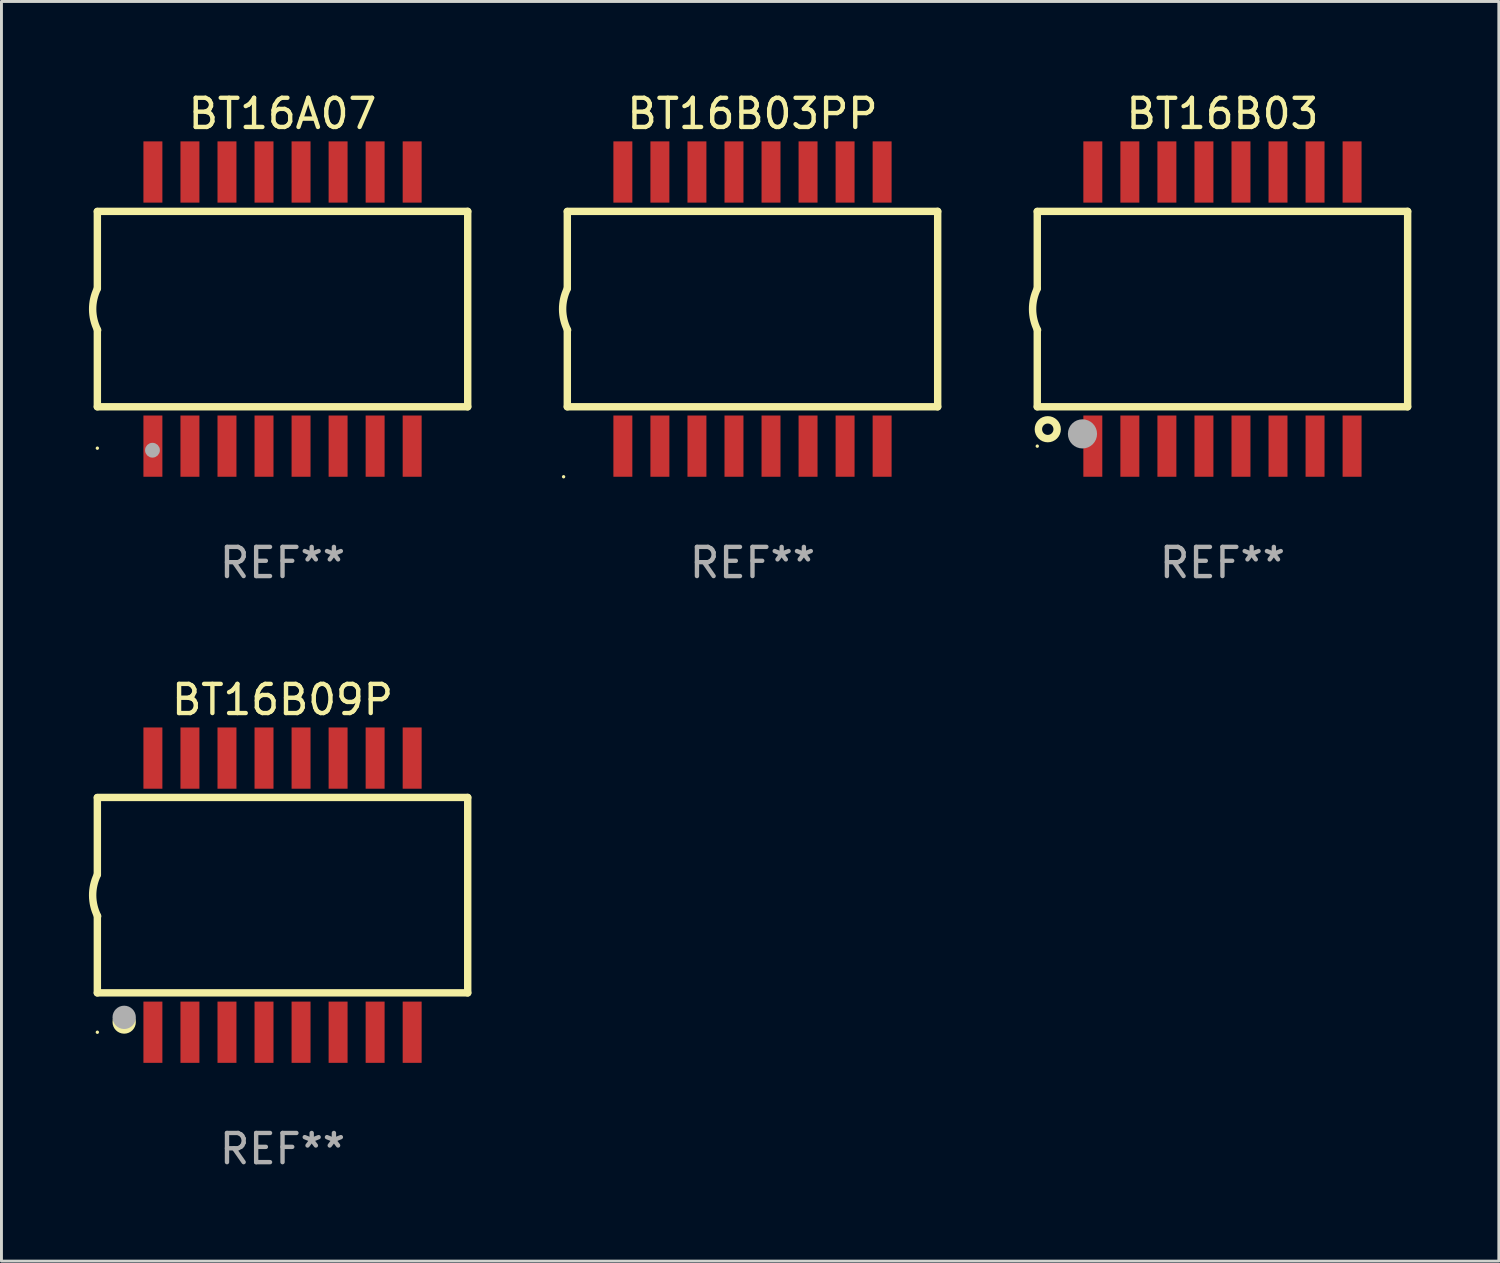
<source format=kicad_pcb>
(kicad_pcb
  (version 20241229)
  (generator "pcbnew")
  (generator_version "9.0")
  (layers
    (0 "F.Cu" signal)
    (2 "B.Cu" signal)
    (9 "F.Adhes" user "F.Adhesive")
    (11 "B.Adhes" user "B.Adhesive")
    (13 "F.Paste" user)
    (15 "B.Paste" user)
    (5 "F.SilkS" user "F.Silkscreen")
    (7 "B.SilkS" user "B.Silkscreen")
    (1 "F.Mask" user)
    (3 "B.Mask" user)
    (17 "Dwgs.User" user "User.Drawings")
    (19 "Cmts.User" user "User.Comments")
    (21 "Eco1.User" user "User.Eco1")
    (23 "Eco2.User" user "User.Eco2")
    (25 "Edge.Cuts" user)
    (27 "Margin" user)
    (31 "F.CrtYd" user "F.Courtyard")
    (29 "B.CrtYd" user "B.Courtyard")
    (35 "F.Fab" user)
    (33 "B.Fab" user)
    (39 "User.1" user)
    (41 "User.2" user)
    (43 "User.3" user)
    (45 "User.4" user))
  (footprint "BT16B09P"
    (layer "F.Cu")
    (at 6.638 27.645)
    (property "Reference" "BT16B09P" (at 0 -6.7 0) (layer "F.SilkS") (effects (font (size 1 1) (thickness 0.15))))
    (attr through_hole)
    (fp_line (start -6.35 -0.715) (end -6.35 -3.345) (stroke (width 0.254) (type solid)) (layer "F.SilkS"))
    (fp_line (start -6.35 -3.35) (end 6.35 -3.35) (stroke (width 0.254) (type solid)) (layer "F.SilkS"))
    (fp_line (start -6.35 3.35) (end -6.35 0.72) (stroke (width 0.254) (type solid)) (layer "F.SilkS"))
    (fp_line (start -6.35 3.35) (end 6.35 3.35) (stroke (width 0.254) (type solid)) (layer "F.SilkS"))
    (fp_line (start 6.35 3.35) (end 6.35 -3.35) (stroke (width 0.254) (type solid)) (layer "F.SilkS"))
    (fp_arc (start -6.33998 0.720015) (mid -6.510999 0.011187) (end -6.349962 -0.699975) (stroke (width 0.254001) (type solid)) (layer "F.SilkS"))
    (fp_circle (center -6.35 4.7) (end -6.32 4.7) (stroke (width 0.06) (type solid)) (fill no) (layer "F.SilkS"))
    (fp_circle (center -5.43 4.35) (end -5.23 4.35) (stroke (width 0.4) (type solid)) (fill no) (layer "F.SilkS"))
    (fp_circle (center -5.43 4.19) (end -5.23 4.19) (stroke (width 0.4) (type solid)) (fill no) (layer "F.Fab"))
    (fp_text user "REF**" (at 0 8.7 0) (layer "F.Fab") (effects (font (size 1 1) (thickness 0.15))))
    (pad "1" smd rect (at -4.445 4.7 90) (size 2.1 0.65) (layers "F.Cu" "F.Mask" "F.Paste"))
    (pad "2" smd rect (at -3.175 4.7 90) (size 2.1 0.65) (layers "F.Cu" "F.Mask" "F.Paste"))
    (pad "3" smd rect (at -1.905 4.7 90) (size 2.1 0.65) (layers "F.Cu" "F.Mask" "F.Paste"))
    (pad "4" smd rect (at -0.635 4.7 90) (size 2.1 0.65) (layers "F.Cu" "F.Mask" "F.Paste"))
    (pad "5" smd rect (at 0.635 4.7 90) (size 2.1 0.65) (layers "F.Cu" "F.Mask" "F.Paste"))
    (pad "6" smd rect (at 1.905 4.7 90) (size 2.1 0.65) (layers "F.Cu" "F.Mask" "F.Paste"))
    (pad "7" smd rect (at 3.175 4.7 90) (size 2.1 0.65) (layers "F.Cu" "F.Mask" "F.Paste"))
    (pad "8" smd rect (at 4.445 4.7 90) (size 2.1 0.65) (layers "F.Cu" "F.Mask" "F.Paste"))
    (pad "9" smd rect (at 4.445 -4.7 90) (size 2.1 0.65) (layers "F.Cu" "F.Mask" "F.Paste"))
    (pad "10" smd rect (at 3.175 -4.7 90) (size 2.1 0.65) (layers "F.Cu" "F.Mask" "F.Paste"))
    (pad "11" smd rect (at 1.905 -4.7 90) (size 2.1 0.65) (layers "F.Cu" "F.Mask" "F.Paste"))
    (pad "12" smd rect (at 0.635 -4.7 90) (size 2.1 0.65) (layers "F.Cu" "F.Mask" "F.Paste"))
    (pad "13" smd rect (at -0.635 -4.7 90) (size 2.1 0.65) (layers "F.Cu" "F.Mask" "F.Paste"))
    (pad "14" smd rect (at -1.905 -4.7 90) (size 2.1 0.65) (layers "F.Cu" "F.Mask" "F.Paste"))
    (pad "15" smd rect (at -3.175 -4.7 90) (size 2.1 0.65) (layers "F.Cu" "F.Mask" "F.Paste"))
    (pad "16" smd rect (at -4.445 -4.7 90) (size 2.1 0.65) (layers "F.Cu" "F.Mask" "F.Paste")))
  (footprint "BT16A07"
    (layer "F.Cu")
    (at 6.638 7.548)
    (property "Reference" "BT16A07" (at 0 -6.7 0) (layer "F.SilkS") (effects (font (size 1 1) (thickness 0.15))))
    (attr through_hole)
    (fp_line (start -6.35 -0.715) (end -6.35 -3.345) (stroke (width 0.254) (type solid)) (layer "F.SilkS"))
    (fp_line (start -6.35 -3.35) (end 6.35 -3.35) (stroke (width 0.254) (type solid)) (layer "F.SilkS"))
    (fp_line (start -6.35 3.35) (end -6.35 0.72) (stroke (width 0.254) (type solid)) (layer "F.SilkS"))
    (fp_line (start -6.35 3.35) (end 6.35 3.35) (stroke (width 0.254) (type solid)) (layer "F.SilkS"))
    (fp_line (start 6.35 3.35) (end 6.35 -3.35) (stroke (width 0.254) (type solid)) (layer "F.SilkS"))
    (fp_arc (start -6.339966 0.71999) (mid -6.510972 0.011144) (end -6.349898 -0.700025) (stroke (width 0.254001) (type solid)) (layer "F.SilkS"))
    (fp_circle (center -6.35 4.77) (end -6.32 4.77) (stroke (width 0.06) (type solid)) (fill no) (layer "F.SilkS"))
    (fp_circle (center -4.46 4.84) (end -4.333 4.84) (stroke (width 0.254) (type solid)) (fill no) (layer "F.Fab"))
    (fp_text user "REF**" (at 0 8.7 0) (layer "F.Fab") (effects (font (size 1 1) (thickness 0.15))))
    (pad "1" smd rect (at -4.445 4.7 90) (size 2.1 0.65) (layers "F.Cu" "F.Mask" "F.Paste"))
    (pad "2" smd rect (at -3.175 4.7 90) (size 2.1 0.65) (layers "F.Cu" "F.Mask" "F.Paste"))
    (pad "3" smd rect (at -1.905 4.7 90) (size 2.1 0.65) (layers "F.Cu" "F.Mask" "F.Paste"))
    (pad "4" smd rect (at -0.635 4.7 90) (size 2.1 0.65) (layers "F.Cu" "F.Mask" "F.Paste"))
    (pad "5" smd rect (at 0.635 4.7 90) (size 2.1 0.65) (layers "F.Cu" "F.Mask" "F.Paste"))
    (pad "6" smd rect (at 1.905 4.7 90) (size 2.1 0.65) (layers "F.Cu" "F.Mask" "F.Paste"))
    (pad "7" smd rect (at 3.175 4.7 90) (size 2.1 0.65) (layers "F.Cu" "F.Mask" "F.Paste"))
    (pad "8" smd rect (at 4.445 4.7 90) (size 2.1 0.65) (layers "F.Cu" "F.Mask" "F.Paste"))
    (pad "9" smd rect (at 4.445 -4.7 90) (size 2.1 0.65) (layers "F.Cu" "F.Mask" "F.Paste"))
    (pad "10" smd rect (at 3.175 -4.7 90) (size 2.1 0.65) (layers "F.Cu" "F.Mask" "F.Paste"))
    (pad "11" smd rect (at 1.905 -4.7 90) (size 2.1 0.65) (layers "F.Cu" "F.Mask" "F.Paste"))
    (pad "12" smd rect (at 0.635 -4.7 90) (size 2.1 0.65) (layers "F.Cu" "F.Mask" "F.Paste"))
    (pad "13" smd rect (at -0.635 -4.7 90) (size 2.1 0.65) (layers "F.Cu" "F.Mask" "F.Paste"))
    (pad "14" smd rect (at -1.905 -4.7 90) (size 2.1 0.65) (layers "F.Cu" "F.Mask" "F.Paste"))
    (pad "15" smd rect (at -3.175 -4.7 90) (size 2.1 0.65) (layers "F.Cu" "F.Mask" "F.Paste"))
    (pad "16" smd rect (at -4.445 -4.7 90) (size 2.1 0.65) (layers "F.Cu" "F.Mask" "F.Paste")))
  (footprint "BT16B03"
    (layer "F.Cu")
    (at 38.868 7.548)
    (property "Reference" "BT16B03" (at 0 -6.7 0) (layer "F.SilkS") (effects (font (size 1 1) (thickness 0.15))))
    (attr through_hole)
    (fp_line (start -6.35 -0.715) (end -6.35 -3.345) (stroke (width 0.254) (type solid)) (layer "F.SilkS"))
    (fp_line (start -6.35 -3.35) (end 6.35 -3.35) (stroke (width 0.254) (type solid)) (layer "F.SilkS"))
    (fp_line (start -6.35 3.35) (end -6.35 0.72) (stroke (width 0.254) (type solid)) (layer "F.SilkS"))
    (fp_line (start -6.35 3.35) (end 6.35 3.35) (stroke (width 0.254) (type solid)) (layer "F.SilkS"))
    (fp_line (start 6.35 3.35) (end 6.35 -3.35) (stroke (width 0.254) (type solid)) (layer "F.SilkS"))
    (fp_arc (start -6.339966 0.71999) (mid -6.510972 0.011144) (end -6.349898 -0.700025) (stroke (width 0.254001) (type solid)) (layer "F.SilkS"))
    (fp_circle (center -6.35 4.7) (end -6.32 4.7) (stroke (width 0.06) (type solid)) (fill no) (layer "F.SilkS"))
    (fp_circle (center -5.99 4.12) (end -5.668 4.12) (stroke (width 0.254) (type solid)) (fill no) (layer "F.SilkS"))
    (fp_circle (center -4.8 4.28) (end -4.55 4.28) (stroke (width 0.5) (type solid)) (fill no) (layer "F.Fab"))
    (fp_text user "REF**" (at 0 8.7 0) (layer "F.Fab") (effects (font (size 1 1) (thickness 0.15))))
    (pad "1" smd rect (at -4.445 4.7 90) (size 2.1 0.65) (layers "F.Cu" "F.Mask" "F.Paste"))
    (pad "2" smd rect (at -3.175 4.7 90) (size 2.1 0.65) (layers "F.Cu" "F.Mask" "F.Paste"))
    (pad "3" smd rect (at -1.905 4.7 90) (size 2.1 0.65) (layers "F.Cu" "F.Mask" "F.Paste"))
    (pad "4" smd rect (at -0.635 4.7 90) (size 2.1 0.65) (layers "F.Cu" "F.Mask" "F.Paste"))
    (pad "5" smd rect (at 0.635 4.7 90) (size 2.1 0.65) (layers "F.Cu" "F.Mask" "F.Paste"))
    (pad "6" smd rect (at 1.905 4.7 90) (size 2.1 0.65) (layers "F.Cu" "F.Mask" "F.Paste"))
    (pad "7" smd rect (at 3.175 4.7 90) (size 2.1 0.65) (layers "F.Cu" "F.Mask" "F.Paste"))
    (pad "8" smd rect (at 4.445 4.7 90) (size 2.1 0.65) (layers "F.Cu" "F.Mask" "F.Paste"))
    (pad "9" smd rect (at 4.445 -4.7 90) (size 2.1 0.65) (layers "F.Cu" "F.Mask" "F.Paste"))
    (pad "10" smd rect (at 3.175 -4.7 90) (size 2.1 0.65) (layers "F.Cu" "F.Mask" "F.Paste"))
    (pad "11" smd rect (at 1.905 -4.7 90) (size 2.1 0.65) (layers "F.Cu" "F.Mask" "F.Paste"))
    (pad "12" smd rect (at 0.635 -4.7 90) (size 2.1 0.65) (layers "F.Cu" "F.Mask" "F.Paste"))
    (pad "13" smd rect (at -0.635 -4.7 90) (size 2.1 0.65) (layers "F.Cu" "F.Mask" "F.Paste"))
    (pad "14" smd rect (at -1.905 -4.7 90) (size 2.1 0.65) (layers "F.Cu" "F.Mask" "F.Paste"))
    (pad "15" smd rect (at -3.175 -4.7 90) (size 2.1 0.65) (layers "F.Cu" "F.Mask" "F.Paste"))
    (pad "16" smd rect (at -4.445 -4.7 90) (size 2.1 0.65) (layers "F.Cu" "F.Mask" "F.Paste")))
  (footprint "BT16B03PP"
    (layer "F.Cu")
    (at 22.753 7.548)
    (property "Reference" "BT16B03PP" (at 0 -6.7 0) (layer "F.SilkS") (effects (font (size 1 1) (thickness 0.15))))
    (attr through_hole)
    (fp_line (start -6.35 -0.715) (end -6.35 -3.345) (stroke (width 0.254) (type solid)) (layer "F.SilkS"))
    (fp_line (start -6.35 -3.35) (end 6.35 -3.35) (stroke (width 0.254) (type solid)) (layer "F.SilkS"))
    (fp_line (start -6.35 3.35) (end -6.35 0.72) (stroke (width 0.254) (type solid)) (layer "F.SilkS"))
    (fp_line (start -6.35 3.35) (end 6.35 3.35) (stroke (width 0.254) (type solid)) (layer "F.SilkS"))
    (fp_line (start 6.35 3.35) (end 6.35 -3.35) (stroke (width 0.254) (type solid)) (layer "F.SilkS"))
    (fp_arc (start -6.339953 0.720041) (mid -6.510973 0.011213) (end -6.349936 -0.699949) (stroke (width 0.254001) (type solid)) (layer "F.SilkS"))
    (fp_circle (center -6.477 5.75) (end -6.447 5.75) (stroke (width 0.06) (type solid)) (fill no) (layer "F.SilkS"))
    (fp_text user "REF**" (at 0 8.7 0) (layer "F.Fab") (effects (font (size 1 1) (thickness 0.15))))
    (pad "1" smd rect (at -4.445 4.7 90) (size 2.1 0.65) (layers "F.Cu" "F.Mask" "F.Paste"))
    (pad "2" smd rect (at -3.175 4.7 90) (size 2.1 0.65) (layers "F.Cu" "F.Mask" "F.Paste"))
    (pad "3" smd rect (at -1.905 4.7 90) (size 2.1 0.65) (layers "F.Cu" "F.Mask" "F.Paste"))
    (pad "4" smd rect (at -0.635 4.7 90) (size 2.1 0.65) (layers "F.Cu" "F.Mask" "F.Paste"))
    (pad "5" smd rect (at 0.635 4.7 90) (size 2.1 0.65) (layers "F.Cu" "F.Mask" "F.Paste"))
    (pad "6" smd rect (at 1.905 4.7 90) (size 2.1 0.65) (layers "F.Cu" "F.Mask" "F.Paste"))
    (pad "7" smd rect (at 3.175 4.7 90) (size 2.1 0.65) (layers "F.Cu" "F.Mask" "F.Paste"))
    (pad "8" smd rect (at 4.445 4.7 90) (size 2.1 0.65) (layers "F.Cu" "F.Mask" "F.Paste"))
    (pad "9" smd rect (at 4.445 -4.7 90) (size 2.1 0.65) (layers "F.Cu" "F.Mask" "F.Paste"))
    (pad "10" smd rect (at 3.175 -4.7 90) (size 2.1 0.65) (layers "F.Cu" "F.Mask" "F.Paste"))
    (pad "11" smd rect (at 1.905 -4.7 90) (size 2.1 0.65) (layers "F.Cu" "F.Mask" "F.Paste"))
    (pad "12" smd rect (at 0.635 -4.7 90) (size 2.1 0.65) (layers "F.Cu" "F.Mask" "F.Paste"))
    (pad "13" smd rect (at -0.635 -4.7 90) (size 2.1 0.65) (layers "F.Cu" "F.Mask" "F.Paste"))
    (pad "14" smd rect (at -1.905 -4.7 90) (size 2.1 0.65) (layers "F.Cu" "F.Mask" "F.Paste"))
    (pad "15" smd rect (at -3.175 -4.7 90) (size 2.1 0.65) (layers "F.Cu" "F.Mask" "F.Paste"))
    (pad "16" smd rect (at -4.445 -4.7 90) (size 2.1 0.65) (layers "F.Cu" "F.Mask" "F.Paste")))
  (gr_rect
    (start -3 -3)
    (end 48.345 40.193)
    (stroke (width 0.1) (type default))
    (fill no)
    (layer "Edge.Cuts")))
</source>
